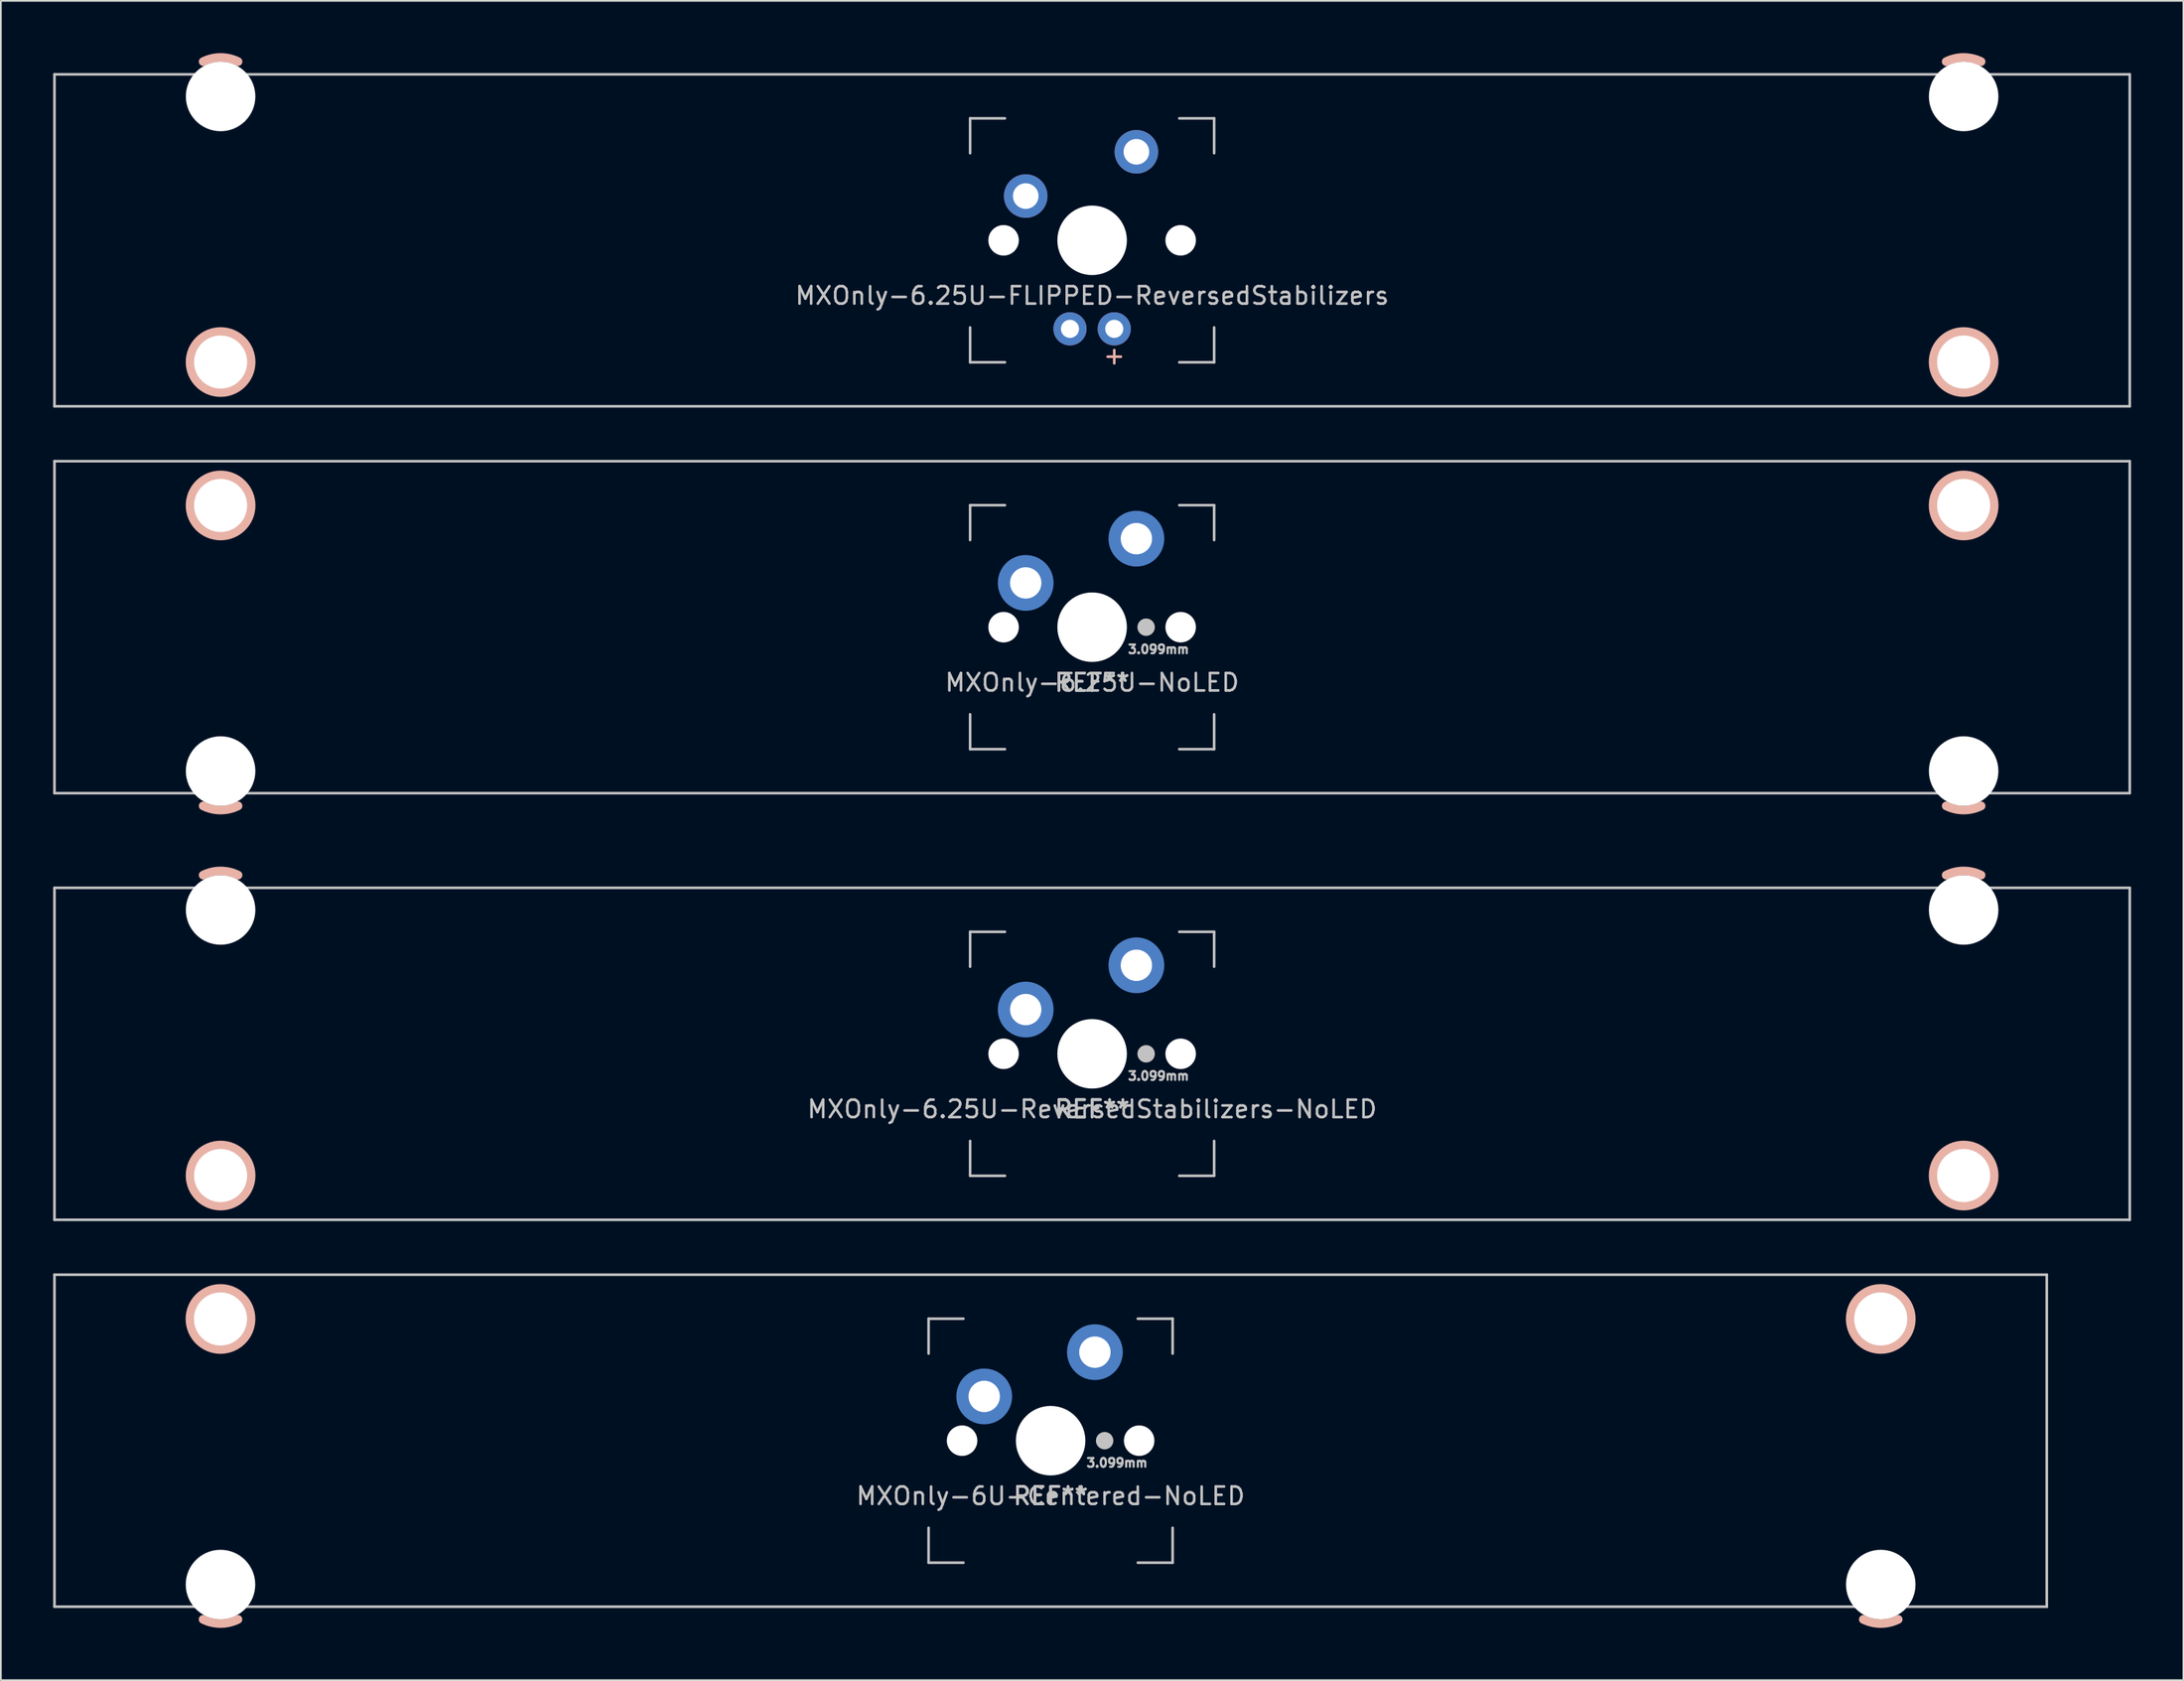
<source format=kicad_pcb>
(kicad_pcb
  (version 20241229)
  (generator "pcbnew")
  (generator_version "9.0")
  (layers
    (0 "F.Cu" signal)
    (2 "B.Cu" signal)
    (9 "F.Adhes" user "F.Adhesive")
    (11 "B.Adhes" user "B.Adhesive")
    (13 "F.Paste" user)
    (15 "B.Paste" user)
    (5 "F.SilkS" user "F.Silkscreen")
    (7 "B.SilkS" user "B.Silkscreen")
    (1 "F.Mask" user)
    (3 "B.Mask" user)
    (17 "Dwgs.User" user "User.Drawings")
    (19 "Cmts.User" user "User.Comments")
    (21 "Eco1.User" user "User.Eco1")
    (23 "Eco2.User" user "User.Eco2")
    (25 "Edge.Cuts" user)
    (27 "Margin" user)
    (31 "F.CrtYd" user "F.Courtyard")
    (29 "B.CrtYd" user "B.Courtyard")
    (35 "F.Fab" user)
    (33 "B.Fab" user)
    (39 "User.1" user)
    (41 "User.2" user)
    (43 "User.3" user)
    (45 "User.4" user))
  (footprint "MXOnly-6.25U-ReversedStabilizers-NoLED"
    (layer "F.Cu")
    (at 59.606 57.423)
    (property "Reference" "MXOnly-6.25U-ReversedStabilizers-NoLED" (at 0 3.175 0) (layer "Dwgs.User") (effects (font (size 1 1) (thickness 0.15))))
    (attr through_hole)
    (fp_arc (start -50.9999 -10.255) (mid -50.000487 -10.491068) (end -49.000951 -10.255525) (stroke (width 0.5) (type solid)) (layer "B.SilkS"))
    (fp_arc (start 48.9999 -10.255) (mid 49.999313 -10.491068) (end 50.998849 -10.255525) (stroke (width 0.5) (type solid)) (layer "B.SilkS"))
    (fp_circle (center -50 6.985) (end -51.75 6.985) (stroke (width 0.5) (type solid)) (fill no) (layer "B.SilkS"))
    (fp_circle (center 50 6.985) (end 48.25 6.985) (stroke (width 0.5) (type solid)) (fill no) (layer "B.SilkS"))
    (fp_line (start -59.531 -9.525) (end 59.531 -9.525) (stroke (width 0.15) (type solid)) (layer "Dwgs.User"))
    (fp_line (start -59.531 9.525) (end -59.531 -9.525) (stroke (width 0.15) (type solid)) (layer "Dwgs.User"))
    (fp_line (start -59.531 9.525) (end 59.531 9.525) (stroke (width 0.15) (type solid)) (layer "Dwgs.User"))
    (fp_line (start -7 -7) (end -7 -5) (stroke (width 0.15) (type solid)) (layer "Dwgs.User"))
    (fp_line (start -7 5) (end -7 7) (stroke (width 0.15) (type solid)) (layer "Dwgs.User"))
    (fp_line (start -7 7) (end -5 7) (stroke (width 0.15) (type solid)) (layer "Dwgs.User"))
    (fp_line (start -5 -7) (end -7 -7) (stroke (width 0.15) (type solid)) (layer "Dwgs.User"))
    (fp_line (start 5 -7) (end 7 -7) (stroke (width 0.15) (type solid)) (layer "Dwgs.User"))
    (fp_line (start 5 7) (end 7 7) (stroke (width 0.15) (type solid)) (layer "Dwgs.User"))
    (fp_line (start 7 -7) (end 7 -5) (stroke (width 0.15) (type solid)) (layer "Dwgs.User"))
    (fp_line (start 7 7) (end 7 5) (stroke (width 0.15) (type solid)) (layer "Dwgs.User"))
    (fp_line (start 59.531 -9.525) (end 59.531 9.525) (stroke (width 0.15) (type solid)) (layer "Dwgs.User"))
    (fp_text user "REF**" (at 0 3.175 0) (layer "Dwgs.User") (effects (font (size 1 1) (thickness 0.15))))
    (fp_text user "REF**" (at 0 3.175 0) (layer "Dwgs.User") (effects (font (size 1 1) (thickness 0.15))))
    (fp_text user "REF**" (at 0 3.175 0) (layer "Dwgs.User") (effects (font (size 1 1) (thickness 0.15))))
    (fp_text user "3.099mm" (at 3.81 1.27 0) (layer "Dwgs.User") (effects (font (size 0.5 0.5) (thickness 0.125))))
    (pad "" np_thru_hole circle (at -50 -8.255) (size 3.988 3.988) (drill 3.988) (layers "*.Cu" "*.Mask"))
    (pad "" np_thru_hole circle (at -50 6.985) (size 3.048 3.048) (drill 3.048) (layers "*.Cu" "*.Mask"))
    (pad "" np_thru_hole circle (at -5.08 0 48.1) (size 1.75 1.75) (drill 1.75) (layers "*.Cu" "*.Mask"))
    (pad "" smd circle (at -3.81 -2.54) (size 2.8 2.8) (layers "B.Mask"))
    (pad "" np_thru_hole circle (at 0 0) (size 3.988 3.988) (drill 3.988) (layers "*.Cu" "*.Mask"))
    (pad "" smd circle (at 2.54 -5.08) (size 2.8 2.8) (layers "B.Mask"))
    (pad "" smd circle (at 3.099 0) (size 1 1) (layers "Dwgs.User"))
    (pad "" np_thru_hole circle (at 5.08 0 48.1) (size 1.75 1.75) (drill 1.75) (layers "*.Cu" "*.Mask"))
    (pad "" np_thru_hole circle (at 50 -8.255) (size 3.988 3.988) (drill 3.988) (layers "*.Cu" "*.Mask"))
    (pad "" np_thru_hole circle (at 50 6.985) (size 3.048 3.048) (drill 3.048) (layers "*.Cu" "*.Mask"))
    (pad "1" thru_hole circle (at -3.81 -2.54) (size 2.4 2.4) (drill 1.8) (layers "*.Cu"))
    (pad "1" smd circle (at -3.81 -2.54) (size 3.2 3.2) (layers "B.Cu"))
    (pad "2" thru_hole circle (at 2.54 -5.08) (size 2.4 2.4) (drill 1.8) (layers "*.Cu"))
    (pad "2" smd circle (at 2.54 -5.08) (size 3.2 3.2) (layers "B.Cu")))
  (footprint "MXOnly-6U-Centered-NoLED"
    (layer "F.Cu")
    (at 57.225 79.623)
    (property "Reference" "MXOnly-6U-Centered-NoLED" (at 0 3.175 0) (layer "Dwgs.User") (effects (font (size 1 1) (thickness 0.15))))
    (attr through_hole)
    (fp_arc (start -46.625 10.255) (mid -47.624413 10.491068) (end -48.623949 10.255525) (stroke (width 0.5) (type solid)) (layer "B.SilkS"))
    (fp_arc (start 48.625 10.255) (mid 47.625587 10.491068) (end 46.626051 10.255525) (stroke (width 0.5) (type solid)) (layer "B.SilkS"))
    (fp_circle (center -47.625 -6.985) (end -45.875 -6.985) (stroke (width 0.5) (type solid)) (fill no) (layer "B.SilkS"))
    (fp_circle (center 47.625 -6.985) (end 49.375 -6.985) (stroke (width 0.5) (type solid)) (fill no) (layer "B.SilkS"))
    (fp_line (start -57.15 -9.525) (end 57.15 -9.525) (stroke (width 0.15) (type solid)) (layer "Dwgs.User"))
    (fp_line (start -57.15 9.525) (end -57.15 -9.525) (stroke (width 0.15) (type solid)) (layer "Dwgs.User"))
    (fp_line (start -57.15 9.525) (end 57.15 9.525) (stroke (width 0.15) (type solid)) (layer "Dwgs.User"))
    (fp_line (start -7 -7) (end -7 -5) (stroke (width 0.15) (type solid)) (layer "Dwgs.User"))
    (fp_line (start -7 5) (end -7 7) (stroke (width 0.15) (type solid)) (layer "Dwgs.User"))
    (fp_line (start -7 7) (end -5 7) (stroke (width 0.15) (type solid)) (layer "Dwgs.User"))
    (fp_line (start -5 -7) (end -7 -7) (stroke (width 0.15) (type solid)) (layer "Dwgs.User"))
    (fp_line (start 5 -7) (end 7 -7) (stroke (width 0.15) (type solid)) (layer "Dwgs.User"))
    (fp_line (start 5 7) (end 7 7) (stroke (width 0.15) (type solid)) (layer "Dwgs.User"))
    (fp_line (start 7 -7) (end 7 -5) (stroke (width 0.15) (type solid)) (layer "Dwgs.User"))
    (fp_line (start 7 7) (end 7 5) (stroke (width 0.15) (type solid)) (layer "Dwgs.User"))
    (fp_line (start 57.15 -9.525) (end 57.15 9.525) (stroke (width 0.15) (type solid)) (layer "Dwgs.User"))
    (fp_text user "REF**" (at 0 3.175 0) (layer "Dwgs.User") (effects (font (size 1 1) (thickness 0.15))))
    (fp_text user "REF**" (at 0 3.175 0) (layer "Dwgs.User") (effects (font (size 1 1) (thickness 0.15))))
    (fp_text user "3.099mm" (at 3.81 1.27 0) (layer "Dwgs.User") (effects (font (size 0.5 0.5) (thickness 0.125))))
    (fp_text user "REF**" (at 0 3.175 0) (layer "Dwgs.User") (effects (font (size 1 1) (thickness 0.15))))
    (pad "" np_thru_hole circle (at -47.625 -6.985) (size 3.048 3.048) (drill 3.048) (layers "*.Cu" "*.Mask"))
    (pad "" np_thru_hole circle (at -47.625 8.255) (size 3.988 3.988) (drill 3.988) (layers "*.Cu" "*.Mask"))
    (pad "" np_thru_hole circle (at -5.08 0 48.1) (size 1.75 1.75) (drill 1.75) (layers "*.Cu" "*.Mask"))
    (pad "" smd circle (at -3.81 -2.54) (size 2.8 2.8) (layers "B.Mask"))
    (pad "" np_thru_hole circle (at 0 0) (size 3.988 3.988) (drill 3.988) (layers "*.Cu" "*.Mask"))
    (pad "" smd circle (at 2.54 -5.08) (size 2.8 2.8) (layers "B.Mask"))
    (pad "" smd circle (at 3.099 0) (size 1 1) (layers "Dwgs.User"))
    (pad "" np_thru_hole circle (at 5.08 0 48.1) (size 1.75 1.75) (drill 1.75) (layers "*.Cu" "*.Mask"))
    (pad "" np_thru_hole circle (at 47.625 -6.985) (size 3.048 3.048) (drill 3.048) (layers "*.Cu" "*.Mask"))
    (pad "" np_thru_hole circle (at 47.625 8.255) (size 3.988 3.988) (drill 3.988) (layers "*.Cu" "*.Mask"))
    (pad "1" thru_hole circle (at -3.81 -2.54) (size 2.4 2.4) (drill 1.8) (layers "*.Cu"))
    (pad "1" smd circle (at -3.81 -2.54) (size 3.2 3.2) (layers "B.Cu"))
    (pad "2" thru_hole circle (at 2.54 -5.08) (size 2.4 2.4) (drill 1.8) (layers "*.Cu"))
    (pad "2" smd circle (at 2.54 -5.08) (size 3.2 3.2) (layers "B.Cu")))
  (footprint "MXOnly-6.25U-NoLED"
    (layer "F.Cu")
    (at 59.606 32.941)
    (property "Reference" "MXOnly-6.25U-NoLED" (at 0 3.175 0) (layer "Dwgs.User") (effects (font (size 1 1) (thickness 0.15))))
    (attr through_hole)
    (fp_arc (start -48.9999 10.255) (mid -49.999313 10.491068) (end -50.998849 10.255525) (stroke (width 0.5) (type solid)) (layer "B.SilkS"))
    (fp_arc (start 50.9999 10.255) (mid 50.000487 10.491068) (end 49.000951 10.255525) (stroke (width 0.5) (type solid)) (layer "B.SilkS"))
    (fp_circle (center -50 -6.985) (end -48.25 -6.985) (stroke (width 0.5) (type solid)) (fill no) (layer "B.SilkS"))
    (fp_circle (center 50 -6.985) (end 51.75 -6.985) (stroke (width 0.5) (type solid)) (fill no) (layer "B.SilkS"))
    (fp_line (start -59.531 -9.525) (end 59.531 -9.525) (stroke (width 0.15) (type solid)) (layer "Dwgs.User"))
    (fp_line (start -59.531 9.525) (end -59.531 -9.525) (stroke (width 0.15) (type solid)) (layer "Dwgs.User"))
    (fp_line (start -59.531 9.525) (end 59.531 9.525) (stroke (width 0.15) (type solid)) (layer "Dwgs.User"))
    (fp_line (start -7 -7) (end -7 -5) (stroke (width 0.15) (type solid)) (layer "Dwgs.User"))
    (fp_line (start -7 5) (end -7 7) (stroke (width 0.15) (type solid)) (layer "Dwgs.User"))
    (fp_line (start -7 7) (end -5 7) (stroke (width 0.15) (type solid)) (layer "Dwgs.User"))
    (fp_line (start -5 -7) (end -7 -7) (stroke (width 0.15) (type solid)) (layer "Dwgs.User"))
    (fp_line (start 5 -7) (end 7 -7) (stroke (width 0.15) (type solid)) (layer "Dwgs.User"))
    (fp_line (start 5 7) (end 7 7) (stroke (width 0.15) (type solid)) (layer "Dwgs.User"))
    (fp_line (start 7 -7) (end 7 -5) (stroke (width 0.15) (type solid)) (layer "Dwgs.User"))
    (fp_line (start 7 7) (end 7 5) (stroke (width 0.15) (type solid)) (layer "Dwgs.User"))
    (fp_line (start 59.531 -9.525) (end 59.531 9.525) (stroke (width 0.15) (type solid)) (layer "Dwgs.User"))
    (fp_text user "REF**" (at 0 3.175 0) (layer "Dwgs.User") (effects (font (size 1 1) (thickness 0.15))))
    (fp_text user "REF**" (at 0 3.175 0) (layer "Dwgs.User") (effects (font (size 1 1) (thickness 0.15))))
    (fp_text user "3.099mm" (at 3.81 1.27 0) (layer "Dwgs.User") (effects (font (size 0.5 0.5) (thickness 0.125))))
    (fp_text user "REF**" (at 0 3.175 0) (layer "Dwgs.User") (effects (font (size 1 1) (thickness 0.15))))
    (pad "" np_thru_hole circle (at -50 -6.985) (size 3.048 3.048) (drill 3.048) (layers "*.Cu" "*.Mask"))
    (pad "" np_thru_hole circle (at -50 8.255) (size 3.988 3.988) (drill 3.988) (layers "*.Cu" "*.Mask"))
    (pad "" np_thru_hole circle (at -5.08 0 48.1) (size 1.75 1.75) (drill 1.75) (layers "*.Cu" "*.Mask"))
    (pad "" smd circle (at -3.81 -2.54) (size 2.8 2.8) (layers "B.Mask"))
    (pad "" np_thru_hole circle (at 0 0) (size 3.988 3.988) (drill 3.988) (layers "*.Cu" "*.Mask"))
    (pad "" smd circle (at 2.54 -5.08) (size 2.8 2.8) (layers "B.Mask"))
    (pad "" smd circle (at 3.099 0) (size 1 1) (layers "Dwgs.User"))
    (pad "" np_thru_hole circle (at 5.08 0 48.1) (size 1.75 1.75) (drill 1.75) (layers "*.Cu" "*.Mask"))
    (pad "" np_thru_hole circle (at 50 -6.985) (size 3.048 3.048) (drill 3.048) (layers "*.Cu" "*.Mask"))
    (pad "" np_thru_hole circle (at 50 8.255) (size 3.988 3.988) (drill 3.988) (layers "*.Cu" "*.Mask"))
    (pad "1" thru_hole circle (at -3.81 -2.54) (size 2.4 2.4) (drill 1.8) (layers "*.Cu"))
    (pad "1" smd circle (at -3.81 -2.54) (size 3.2 3.2) (layers "B.Cu"))
    (pad "2" thru_hole circle (at 2.54 -5.08) (size 2.4 2.4) (drill 1.8) (layers "*.Cu"))
    (pad "2" smd circle (at 2.54 -5.08) (size 3.2 3.2) (layers "B.Cu")))
  (footprint "MXOnly-6.25U-FLIPPED-ReversedStabilizers"
    (layer "F.Cu")
    (at 59.606 10.741)
    (property "Reference" "MXOnly-6.25U-FLIPPED-ReversedStabilizers" (at 0 3.175 0) (layer "Dwgs.User") (effects (font (size 1 1) (thickness 0.15))))
    (attr through_hole)
    (fp_arc (start -50.9999 -10.255) (mid -50.000487 -10.491068) (end -49.000951 -10.255525) (stroke (width 0.5) (type solid)) (layer "B.SilkS"))
    (fp_arc (start 48.9999 -10.255) (mid 49.999313 -10.491068) (end 50.998849 -10.255525) (stroke (width 0.5) (type solid)) (layer "B.SilkS"))
    (fp_circle (center -50 6.985) (end -51.75 6.985) (stroke (width 0.5) (type solid)) (fill no) (layer "B.SilkS"))
    (fp_circle (center 50 6.985) (end 48.25 6.985) (stroke (width 0.5) (type solid)) (fill no) (layer "B.SilkS"))
    (fp_line (start -59.531 -9.525) (end 59.531 -9.525) (stroke (width 0.15) (type solid)) (layer "Dwgs.User"))
    (fp_line (start -59.531 9.525) (end -59.531 -9.525) (stroke (width 0.15) (type solid)) (layer "Dwgs.User"))
    (fp_line (start -59.531 9.525) (end 59.531 9.525) (stroke (width 0.15) (type solid)) (layer "Dwgs.User"))
    (fp_line (start -7 -7) (end -7 -5) (stroke (width 0.15) (type solid)) (layer "Dwgs.User"))
    (fp_line (start -7 5) (end -7 7) (stroke (width 0.15) (type solid)) (layer "Dwgs.User"))
    (fp_line (start -7 7) (end -5 7) (stroke (width 0.15) (type solid)) (layer "Dwgs.User"))
    (fp_line (start -5 -7) (end -7 -7) (stroke (width 0.15) (type solid)) (layer "Dwgs.User"))
    (fp_line (start 5 -7) (end 7 -7) (stroke (width 0.15) (type solid)) (layer "Dwgs.User"))
    (fp_line (start 5 7) (end 7 7) (stroke (width 0.15) (type solid)) (layer "Dwgs.User"))
    (fp_line (start 7 -7) (end 7 -5) (stroke (width 0.15) (type solid)) (layer "Dwgs.User"))
    (fp_line (start 7 7) (end 7 5) (stroke (width 0.15) (type solid)) (layer "Dwgs.User"))
    (fp_line (start 59.531 -9.525) (end 59.531 9.525) (stroke (width 0.15) (type solid)) (layer "Dwgs.User"))
    (fp_text user "+" (at 1.27 6.604 0) (layer "B.SilkS") (effects (font (size 1 1) (thickness 0.15))))
    (pad "" np_thru_hole circle (at -50 -8.255) (size 3.988 3.988) (drill 3.988) (layers "*.Cu" "*.Mask"))
    (pad "" np_thru_hole circle (at -50 6.985) (size 3.048 3.048) (drill 3.048) (layers "*.Cu" "*.Mask"))
    (pad "" np_thru_hole circle (at -5.08 0 48.1) (size 1.75 1.75) (drill 1.75) (layers "*.Cu" "*.Mask"))
    (pad "" np_thru_hole circle (at 0 0) (size 3.988 3.988) (drill 3.988) (layers "*.Cu" "*.Mask"))
    (pad "" np_thru_hole circle (at 5.08 0 48.1) (size 1.75 1.75) (drill 1.75) (layers "*.Cu" "*.Mask"))
    (pad "" np_thru_hole circle (at 50 -8.255) (size 3.988 3.988) (drill 3.988) (layers "*.Cu" "*.Mask"))
    (pad "" np_thru_hole circle (at 50 6.985) (size 3.048 3.048) (drill 3.048) (layers "*.Cu" "*.Mask"))
    (pad "1" thru_hole circle (at -3.81 -2.54) (size 2.5 2.5) (drill 1.47) (layers "*.Cu" "*.Mask"))
    (pad "2" thru_hole circle (at 2.54 -5.08) (size 2.5 2.5) (drill 1.47) (layers "*.Cu" "*.Mask"))
    (pad "3" thru_hole circle (at 1.27 5.08) (size 1.905 1.905) (drill 1.04) (layers "*.Cu" "*.Mask"))
    (pad "4" thru_hole circle (at -1.27 5.08) (size 1.905 1.905) (drill 1.04) (layers "*.Cu" "*.Mask")))
  (gr_rect
    (start -3 -3)
    (end 122.213 93.364)
    (stroke (width 0.1) (type default))
    (fill no)
    (layer "Edge.Cuts")))
</source>
